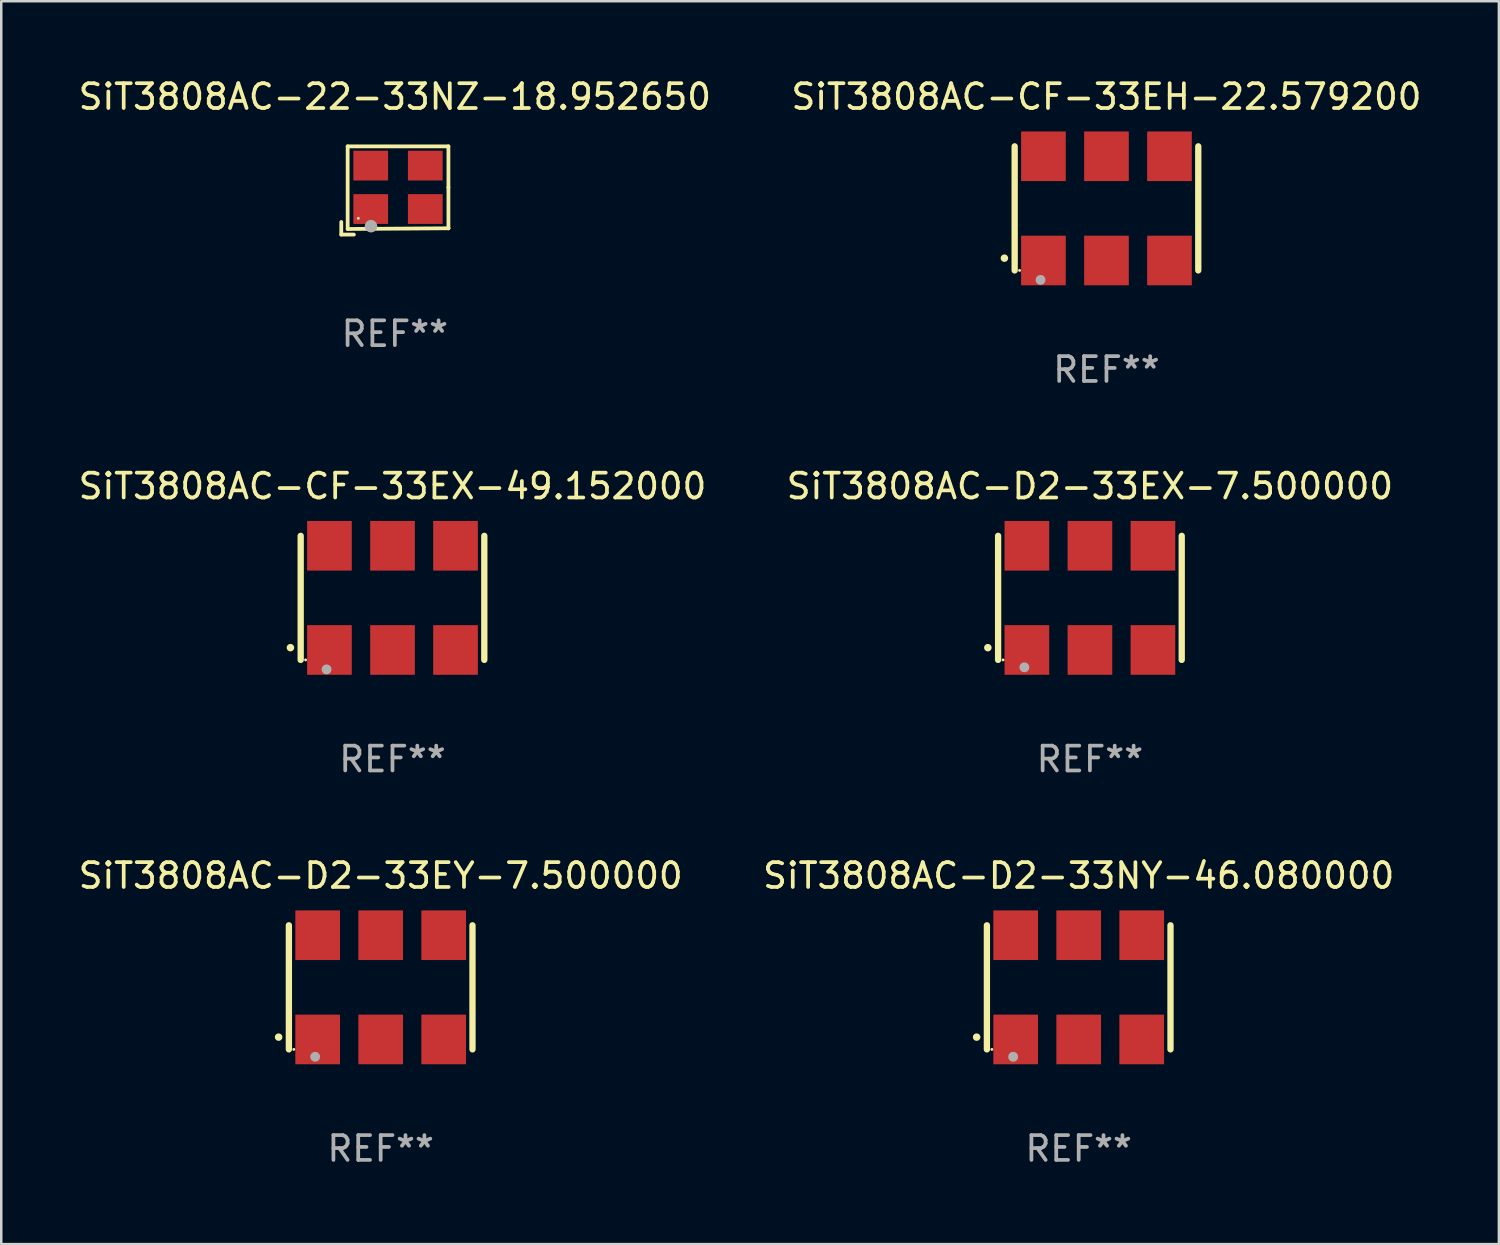
<source format=kicad_pcb>
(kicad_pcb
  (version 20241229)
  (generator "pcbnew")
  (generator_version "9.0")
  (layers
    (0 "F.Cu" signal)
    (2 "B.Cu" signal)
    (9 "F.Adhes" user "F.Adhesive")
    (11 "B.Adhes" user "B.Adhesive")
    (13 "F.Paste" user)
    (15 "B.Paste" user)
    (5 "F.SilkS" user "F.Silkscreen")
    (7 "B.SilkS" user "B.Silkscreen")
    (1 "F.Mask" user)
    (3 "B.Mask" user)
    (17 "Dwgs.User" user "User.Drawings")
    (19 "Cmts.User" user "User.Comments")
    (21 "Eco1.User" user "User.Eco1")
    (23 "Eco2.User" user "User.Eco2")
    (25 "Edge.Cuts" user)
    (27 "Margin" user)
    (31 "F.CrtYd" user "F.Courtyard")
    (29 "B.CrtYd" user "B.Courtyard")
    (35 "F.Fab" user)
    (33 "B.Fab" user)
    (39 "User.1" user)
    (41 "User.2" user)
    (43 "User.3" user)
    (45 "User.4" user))
  (footprint "SiT3808AC-CF-33EH-22.579200"
    (layer "F.Cu")
    (at 41.542 5.348)
    (property "Reference" "SiT3808AC-CF-33EH-22.579200" (at 0 -4.5 0) (layer "F.SilkS") (effects (font (size 1 1) (thickness 0.15))))
    (attr through_hole)
    (fp_line (start -3.7 -2.5) (end -3.7 2.5) (stroke (width 0.254) (type solid)) (layer "F.SilkS"))
    (fp_line (start 3.7 -2.5) (end 3.7 2.5) (stroke (width 0.254) (type solid)) (layer "F.SilkS"))
    (fp_arc (start -4.114415 2.006604) (mid -4.113145 2.006599) (end -4.111875 2.006604) (stroke (width 0.3) (type solid)) (layer "F.SilkS"))
    (fp_circle (center -3.502 2.5) (end -3.472 2.5) (stroke (width 0.06) (type solid)) (fill no) (layer "F.SilkS"))
    (fp_circle (center -2.657 2.882) (end -2.557 2.882) (stroke (width 0.2) (type solid)) (fill no) (layer "F.Fab"))
    (fp_text user "REF**" (at 0 6.5 0) (layer "F.Fab") (effects (font (size 1 1) (thickness 0.15))))
    (pad "1" smd rect (at -2.54 2.1) (size 1.8 2) (layers "F.Cu" "F.Mask" "F.Paste"))
    (pad "2" smd rect (at 0.000394 2.1) (size 1.8 2) (layers "F.Cu" "F.Mask" "F.Paste"))
    (pad "3" smd rect (at 2.54 2.1) (size 1.8 2) (layers "F.Cu" "F.Mask" "F.Paste"))
    (pad "4" smd rect (at 2.54 -2.1) (size 1.8 2) (layers "F.Cu" "F.Mask" "F.Paste"))
    (pad "5" smd rect (at 0.000394 -2.1) (size 1.8 2) (layers "F.Cu" "F.Mask" "F.Paste"))
    (pad "6" smd rect (at -2.54 -2.1) (size 1.8 2) (layers "F.Cu" "F.Mask" "F.Paste")))
  (footprint "SiT3808AC-CF-33EX-49.152000"
    (layer "F.Cu")
    (at 12.768 21.045)
    (property "Reference" "SiT3808AC-CF-33EX-49.152000" (at 0 -4.5 0) (layer "F.SilkS") (effects (font (size 1 1) (thickness 0.15))))
    (attr through_hole)
    (fp_line (start -3.7 -2.5) (end -3.7 2.5) (stroke (width 0.254) (type solid)) (layer "F.SilkS"))
    (fp_line (start 3.7 -2.5) (end 3.7 2.5) (stroke (width 0.254) (type solid)) (layer "F.SilkS"))
    (fp_arc (start -4.114415 2.006604) (mid -4.113145 2.006599) (end -4.111875 2.006604) (stroke (width 0.3) (type solid)) (layer "F.SilkS"))
    (fp_circle (center -3.502 2.5) (end -3.472 2.5) (stroke (width 0.06) (type solid)) (fill no) (layer "F.SilkS"))
    (fp_circle (center -2.657 2.882) (end -2.557 2.882) (stroke (width 0.2) (type solid)) (fill no) (layer "F.Fab"))
    (fp_text user "REF**" (at 0 6.5 0) (layer "F.Fab") (effects (font (size 1 1) (thickness 0.15))))
    (pad "1" smd rect (at -2.54 2.1) (size 1.8 2) (layers "F.Cu" "F.Mask" "F.Paste"))
    (pad "2" smd rect (at 0.000394 2.1) (size 1.8 2) (layers "F.Cu" "F.Mask" "F.Paste"))
    (pad "3" smd rect (at 2.54 2.1) (size 1.8 2) (layers "F.Cu" "F.Mask" "F.Paste"))
    (pad "4" smd rect (at 2.54 -2.1) (size 1.8 2) (layers "F.Cu" "F.Mask" "F.Paste"))
    (pad "5" smd rect (at 0.000394 -2.1) (size 1.8 2) (layers "F.Cu" "F.Mask" "F.Paste"))
    (pad "6" smd rect (at -2.54 -2.1) (size 1.8 2) (layers "F.Cu" "F.Mask" "F.Paste")))
  (footprint "SiT3808AC-22-33NZ-18.952650"
    (layer "F.Cu")
    (at 12.863 4.626)
    (property "Reference" "SiT3808AC-22-33NZ-18.952650" (at 0 -3.778 0) (layer "F.SilkS") (effects (font (size 1 1) (thickness 0.15))))
    (attr through_hole)
    (fp_line (start -2.159 1.27) (end -2.159 1.778) (stroke (width 0.152) (type solid)) (layer "F.SilkS"))
    (fp_line (start -2.159 1.778) (end -1.651 1.778) (stroke (width 0.152) (type solid)) (layer "F.SilkS"))
    (fp_line (start -1.902 -1.778) (end 2.159 -1.778) (stroke (width 0.152) (type solid)) (layer "F.SilkS"))
    (fp_line (start -1.902 1.552) (end -1.902 -1.778) (stroke (width 0.152) (type solid)) (layer "F.SilkS"))
    (fp_line (start 2.159 -1.778) (end 2.159 -0.127) (stroke (width 0.152) (type solid)) (layer "F.SilkS"))
    (fp_line (start 2.159 -0.127) (end 2.159 1.524) (stroke (width 0.152) (type solid)) (layer "F.SilkS"))
    (fp_line (start 2.159 1.524) (end -1.902 1.552) (stroke (width 0.152) (type solid)) (layer "F.SilkS"))
    (fp_line (start 2.159 1.524) (end 2.159 1.524) (stroke (width 0.152) (type solid)) (layer "F.SilkS"))
    (fp_circle (center -1.473 1.123) (end -1.443 1.123) (stroke (width 0.06) (type solid)) (fill no) (layer "F.SilkS"))
    (fp_circle (center -0.961 1.44) (end -0.834 1.44) (stroke (width 0.254) (type solid)) (fill no) (layer "F.Fab"))
    (fp_text user "REF**" (at 0 5.778 0) (layer "F.Fab") (effects (font (size 1 1) (thickness 0.15))))
    (pad "1" smd rect (at -0.973 0.748) (size 1.4 1.2) (layers "F.Cu" "F.Mask" "F.Paste"))
    (pad "2" smd rect (at 1.227 0.748) (size 1.4 1.2) (layers "F.Cu" "F.Mask" "F.Paste"))
    (pad "3" smd rect (at 1.227 -1.002) (size 1.4 1.2) (layers "F.Cu" "F.Mask" "F.Paste"))
    (pad "4" smd rect (at -0.973 -1.002) (size 1.4 1.2) (layers "F.Cu" "F.Mask" "F.Paste")))
  (footprint "SiT3808AC-D2-33EX-7.500000"
    (layer "F.Cu")
    (at 40.875 21.045)
    (property "Reference" "SiT3808AC-D2-33EX-7.500000" (at 0 -4.5 0) (layer "F.SilkS") (effects (font (size 1 1) (thickness 0.15))))
    (attr through_hole)
    (fp_line (start -3.7 -2.5) (end -3.7 2.5) (stroke (width 0.254) (type solid)) (layer "F.SilkS"))
    (fp_line (start 3.7 -2.5) (end 3.7 2.5) (stroke (width 0.254) (type solid)) (layer "F.SilkS"))
    (fp_arc (start -4.114415 2.006604) (mid -4.113145 2.006599) (end -4.111875 2.006604) (stroke (width 0.3) (type solid)) (layer "F.SilkS"))
    (fp_circle (center -3.5 2.501) (end -3.47 2.501) (stroke (width 0.06) (type solid)) (fill no) (layer "F.SilkS"))
    (fp_circle (center -2.641 2.799) (end -2.541 2.799) (stroke (width 0.2) (type solid)) (fill no) (layer "F.Fab"))
    (fp_text user "REF**" (at 0 6.5 0) (layer "F.Fab") (effects (font (size 1 1) (thickness 0.15))))
    (pad "1" smd rect (at -2.54 2.1) (size 1.8 2) (layers "F.Cu" "F.Mask" "F.Paste"))
    (pad "2" smd rect (at 0.000394 2.1) (size 1.8 2) (layers "F.Cu" "F.Mask" "F.Paste"))
    (pad "3" smd rect (at 2.54 2.1) (size 1.8 2) (layers "F.Cu" "F.Mask" "F.Paste"))
    (pad "4" smd rect (at 2.54 -2.1) (size 1.8 2) (layers "F.Cu" "F.Mask" "F.Paste"))
    (pad "5" smd rect (at 0.000394 -2.1) (size 1.8 2) (layers "F.Cu" "F.Mask" "F.Paste"))
    (pad "6" smd rect (at -2.54 -2.1) (size 1.8 2) (layers "F.Cu" "F.Mask" "F.Paste")))
  (footprint "SiT3808AC-D2-33NY-46.080000"
    (layer "F.Cu")
    (at 40.423 36.741)
    (property "Reference" "SiT3808AC-D2-33NY-46.080000" (at 0 -4.5 0) (layer "F.SilkS") (effects (font (size 1 1) (thickness 0.15))))
    (attr through_hole)
    (fp_line (start -3.7 -2.5) (end -3.7 2.5) (stroke (width 0.254) (type solid)) (layer "F.SilkS"))
    (fp_line (start 3.7 -2.5) (end 3.7 2.5) (stroke (width 0.254) (type solid)) (layer "F.SilkS"))
    (fp_arc (start -4.114415 2.006604) (mid -4.113145 2.006599) (end -4.111875 2.006604) (stroke (width 0.3) (type solid)) (layer "F.SilkS"))
    (fp_circle (center -3.5 2.501) (end -3.47 2.501) (stroke (width 0.06) (type solid)) (fill no) (layer "F.SilkS"))
    (fp_circle (center -2.641 2.799) (end -2.541 2.799) (stroke (width 0.2) (type solid)) (fill no) (layer "F.Fab"))
    (fp_text user "REF**" (at 0 6.5 0) (layer "F.Fab") (effects (font (size 1 1) (thickness 0.15))))
    (pad "1" smd rect (at -2.54 2.1) (size 1.8 2) (layers "F.Cu" "F.Mask" "F.Paste"))
    (pad "2" smd rect (at 0.000394 2.1) (size 1.8 2) (layers "F.Cu" "F.Mask" "F.Paste"))
    (pad "3" smd rect (at 2.54 2.1) (size 1.8 2) (layers "F.Cu" "F.Mask" "F.Paste"))
    (pad "4" smd rect (at 2.54 -2.1) (size 1.8 2) (layers "F.Cu" "F.Mask" "F.Paste"))
    (pad "5" smd rect (at 0.000394 -2.1) (size 1.8 2) (layers "F.Cu" "F.Mask" "F.Paste"))
    (pad "6" smd rect (at -2.54 -2.1) (size 1.8 2) (layers "F.Cu" "F.Mask" "F.Paste")))
  (footprint "SiT3808AC-D2-33EY-7.500000"
    (layer "F.Cu")
    (at 12.292 36.741)
    (property "Reference" "SiT3808AC-D2-33EY-7.500000" (at 0 -4.5 0) (layer "F.SilkS") (effects (font (size 1 1) (thickness 0.15))))
    (attr through_hole)
    (fp_line (start -3.7 -2.5) (end -3.7 2.5) (stroke (width 0.254) (type solid)) (layer "F.SilkS"))
    (fp_line (start 3.7 -2.5) (end 3.7 2.5) (stroke (width 0.254) (type solid)) (layer "F.SilkS"))
    (fp_arc (start -4.114415 2.006604) (mid -4.113145 2.006599) (end -4.111875 2.006604) (stroke (width 0.3) (type solid)) (layer "F.SilkS"))
    (fp_circle (center -3.5 2.501) (end -3.47 2.501) (stroke (width 0.06) (type solid)) (fill no) (layer "F.SilkS"))
    (fp_circle (center -2.641 2.799) (end -2.541 2.799) (stroke (width 0.2) (type solid)) (fill no) (layer "F.Fab"))
    (fp_text user "REF**" (at 0 6.5 0) (layer "F.Fab") (effects (font (size 1 1) (thickness 0.15))))
    (pad "1" smd rect (at -2.54 2.1) (size 1.8 2) (layers "F.Cu" "F.Mask" "F.Paste"))
    (pad "2" smd rect (at 0.000394 2.1) (size 1.8 2) (layers "F.Cu" "F.Mask" "F.Paste"))
    (pad "3" smd rect (at 2.54 2.1) (size 1.8 2) (layers "F.Cu" "F.Mask" "F.Paste"))
    (pad "4" smd rect (at 2.54 -2.1) (size 1.8 2) (layers "F.Cu" "F.Mask" "F.Paste"))
    (pad "5" smd rect (at 0.000394 -2.1) (size 1.8 2) (layers "F.Cu" "F.Mask" "F.Paste"))
    (pad "6" smd rect (at -2.54 -2.1) (size 1.8 2) (layers "F.Cu" "F.Mask" "F.Paste")))
  (gr_rect
    (start -3 -3)
    (end 57.357 47.09)
    (stroke (width 0.1) (type default))
    (fill no)
    (layer "Edge.Cuts")))
</source>
